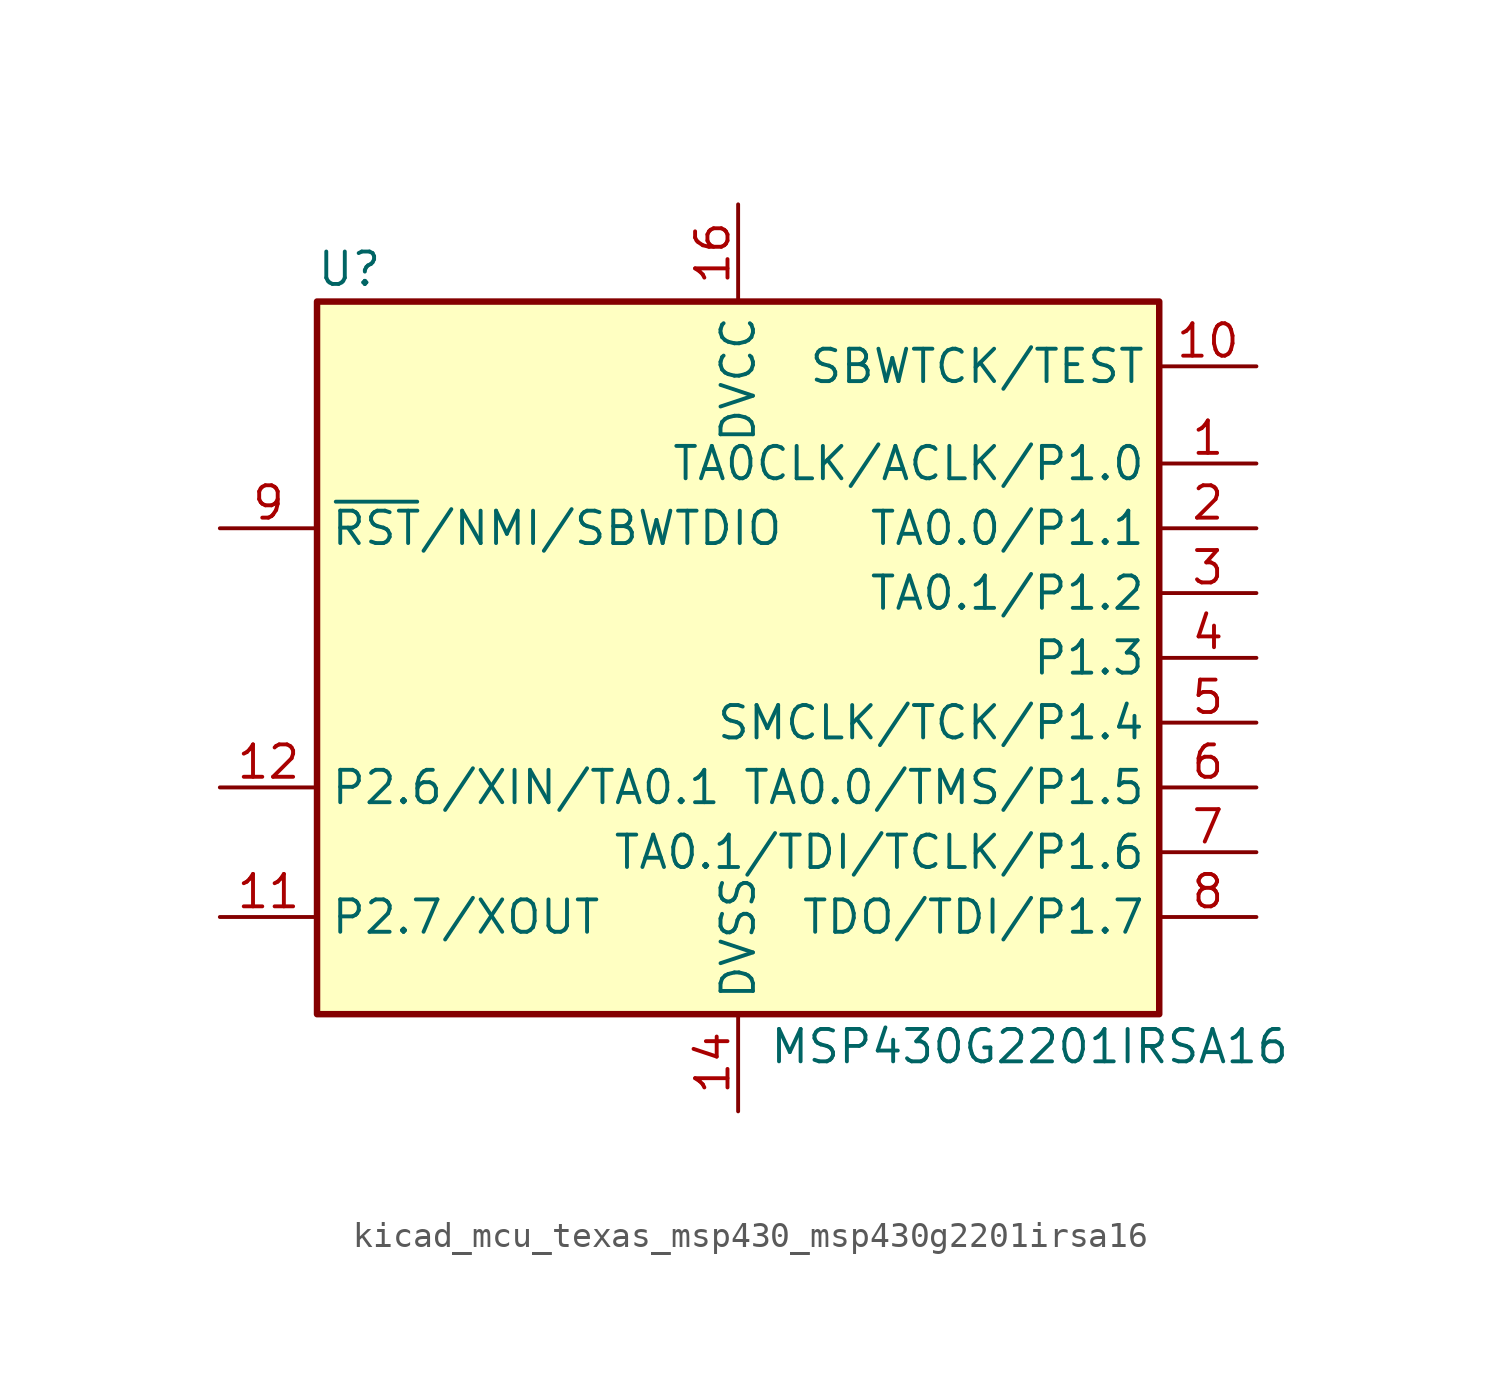
<source format=kicad_sym>
(kicad_symbol_lib
  (version 20220914)
  (generator kicad_symbol_editor)
  (symbol "kicad_mcu_texas_msp430_msp430g2201irsa16"
    (property "Reference" "U"
      (at -15.24 15.24 0)
      (effects (font (size 1.27 1.27))))
    (property "Value" "MSP430G2201IRSA16"
      (at 11.43 -15.24 0)
      (effects (font (size 1.27 1.27))))
    (symbol "kicad_mcu_texas_msp430_msp430g2201irsa16_0_1"
      (rectangle (start -16.51 13.97) (end 16.51 -13.97) (stroke (width 0.254) (type default)) (fill (type background))))
    (symbol "kicad_mcu_texas_msp430_msp430g2201irsa16_1_1"
      (pin bidirectional line (at 20.32 7.62 180) (length 3.81) (name "TA0CLK/ACLK/P1.0" (effects (font (size 1.27 1.27)))) (number "1" (effects (font (size 1.27 1.27)))))
      (pin input line (at 20.32 11.43 180) (length 3.81) (name "SBWTCK/TEST" (effects (font (size 1.27 1.27)))) (number "10" (effects (font (size 1.27 1.27)))))
      (pin bidirectional line (at -20.32 -10.16 0) (length 3.81) (name "P2.7/XOUT" (effects (font (size 1.27 1.27)))) (number "11" (effects (font (size 1.27 1.27)))))
      (pin bidirectional line (at -20.32 -5.08 0) (length 3.81) (name "P2.6/XIN/TA0.1" (effects (font (size 1.27 1.27)))) (number "12" (effects (font (size 1.27 1.27)))))
      (pin power_in line (at 0 -17.78 90) (length 3.81) (name "DVSS" (effects (font (size 1.27 1.27)))) (number "14" (effects (font (size 1.27 1.27)))))
      (pin power_in line (at 0 17.78 270) (length 3.81) (name "DVCC" (effects (font (size 1.27 1.27)))) (number "16" (effects (font (size 1.27 1.27)))))
      (pin bidirectional line (at 20.32 5.08 180) (length 3.81) (name "TA0.0/P1.1" (effects (font (size 1.27 1.27)))) (number "2" (effects (font (size 1.27 1.27)))))
      (pin bidirectional line (at 20.32 2.54 180) (length 3.81) (name "TA0.1/P1.2" (effects (font (size 1.27 1.27)))) (number "3" (effects (font (size 1.27 1.27)))))
      (pin bidirectional line (at 20.32 0 180) (length 3.81) (name "P1.3" (effects (font (size 1.27 1.27)))) (number "4" (effects (font (size 1.27 1.27)))))
      (pin bidirectional line (at 20.32 -2.54 180) (length 3.81) (name "SMCLK/TCK/P1.4" (effects (font (size 1.27 1.27)))) (number "5" (effects (font (size 1.27 1.27)))))
      (pin bidirectional line (at 20.32 -5.08 180) (length 3.81) (name "TA0.0/TMS/P1.5" (effects (font (size 1.27 1.27)))) (number "6" (effects (font (size 1.27 1.27)))))
      (pin bidirectional line (at 20.32 -7.62 180) (length 3.81) (name "TA0.1/TDI/TCLK/P1.6" (effects (font (size 1.27 1.27)))) (number "7" (effects (font (size 1.27 1.27)))))
      (pin bidirectional line (at 20.32 -10.16 180) (length 3.81) (name "TDO/TDI/P1.7" (effects (font (size 1.27 1.27)))) (number "8" (effects (font (size 1.27 1.27)))))
      (pin input line (at -20.32 5.08 0) (length 3.81) (name "~{RST}/NMI/SBWTDIO" (effects (font (size 1.27 1.27)))) (number "9" (effects (font (size 1.27 1.27))))))))
</source>
